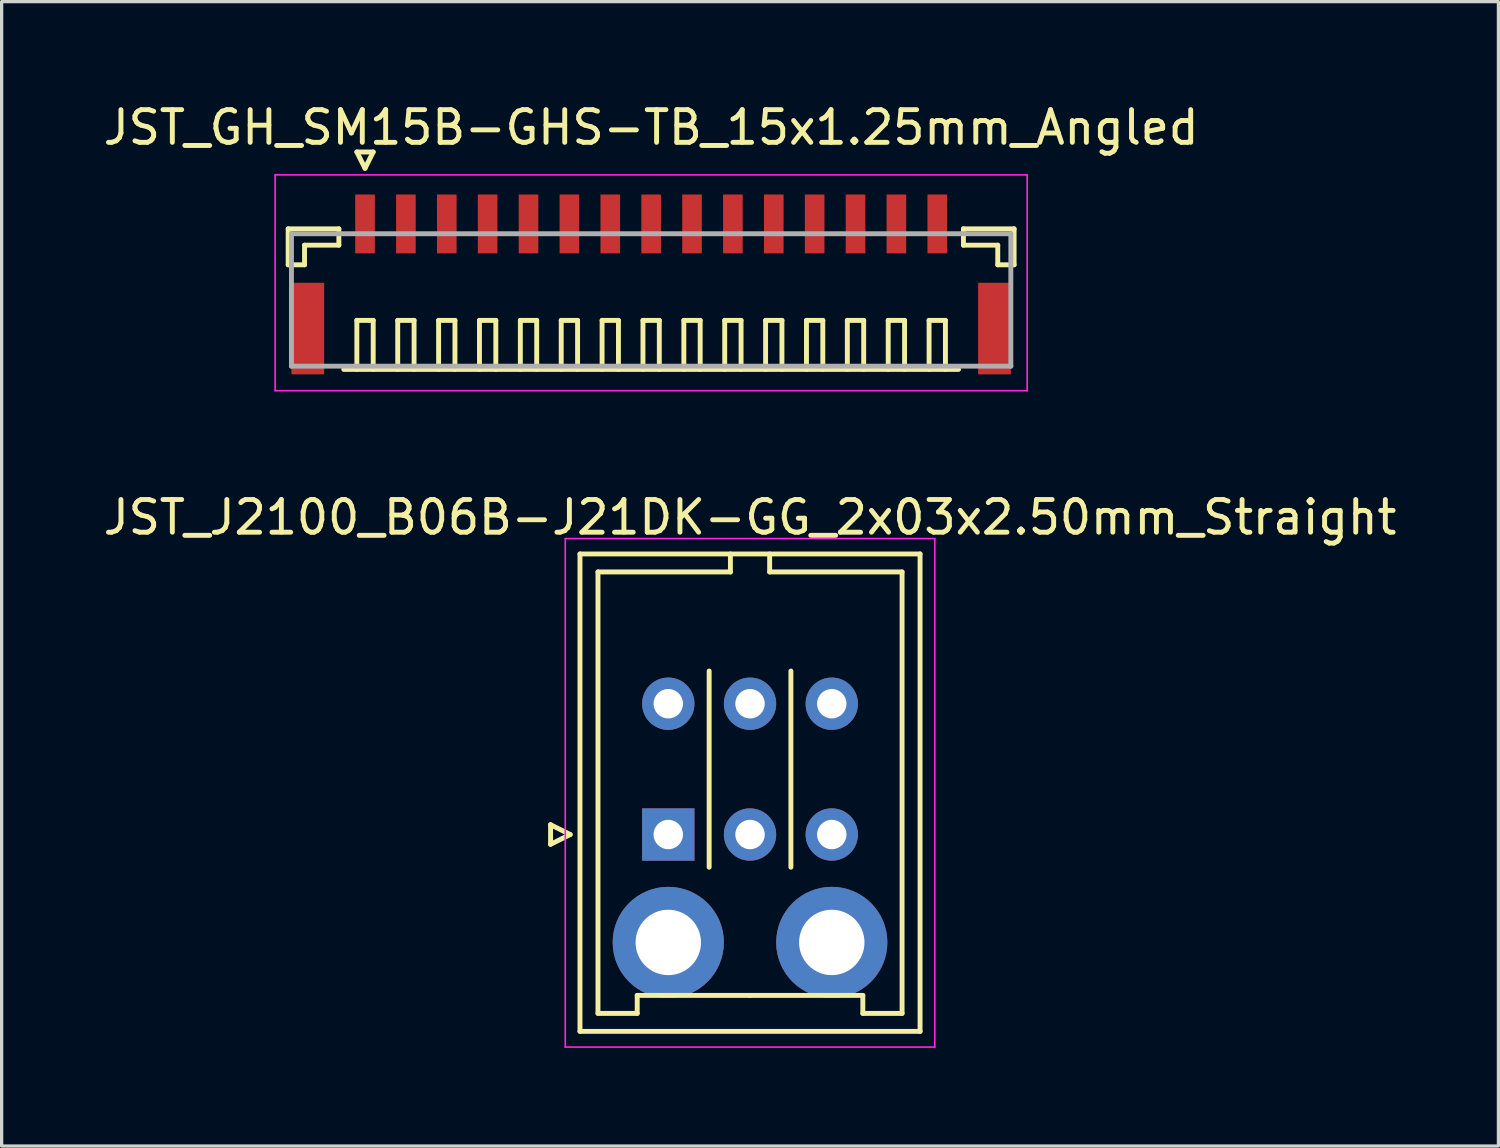
<source format=kicad_pcb>
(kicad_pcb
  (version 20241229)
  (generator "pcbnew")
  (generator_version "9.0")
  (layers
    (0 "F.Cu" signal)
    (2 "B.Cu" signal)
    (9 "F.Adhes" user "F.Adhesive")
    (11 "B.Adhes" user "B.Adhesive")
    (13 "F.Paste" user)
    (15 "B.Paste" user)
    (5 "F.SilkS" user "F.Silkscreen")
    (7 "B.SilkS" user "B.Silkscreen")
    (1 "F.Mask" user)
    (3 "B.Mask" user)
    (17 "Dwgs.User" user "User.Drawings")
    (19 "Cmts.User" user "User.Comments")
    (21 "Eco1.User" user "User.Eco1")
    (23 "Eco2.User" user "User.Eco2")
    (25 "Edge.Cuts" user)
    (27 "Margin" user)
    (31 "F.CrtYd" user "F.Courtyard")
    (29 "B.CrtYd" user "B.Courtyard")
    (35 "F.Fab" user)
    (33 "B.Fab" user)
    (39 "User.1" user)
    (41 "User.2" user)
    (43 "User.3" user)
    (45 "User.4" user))
  (footprint "JST_GH_SM15B-GHS-TB_15x1.25mm_Angled"
    (layer "F.Cu")
    (at 16.863 5.398)
    (property "Reference" "JST_GH_SM15B-GHS-TB_15x1.25mm_Angled" (at 0 -4.55 0) (layer "F.SilkS") (effects (font (size 1 1) (thickness 0.15))))
    (attr smd)
    (fp_line (start -11.1 -1.45) (end -9.55 -1.45) (stroke (width 0.15) (type solid)) (layer "F.SilkS"))
    (fp_line (start -11.1 -0.35) (end -11.1 -1.45) (stroke (width 0.15) (type solid)) (layer "F.SilkS"))
    (fp_line (start -10.6 -0.95) (end -10.6 -0.35) (stroke (width 0.15) (type solid)) (layer "F.SilkS"))
    (fp_line (start -10.6 -0.35) (end -11.1 -0.35) (stroke (width 0.15) (type solid)) (layer "F.SilkS"))
    (fp_line (start -9.55 -1.45) (end -9.55 -0.95) (stroke (width 0.15) (type solid)) (layer "F.SilkS"))
    (fp_line (start -9.55 -0.95) (end -10.6 -0.95) (stroke (width 0.15) (type solid)) (layer "F.SilkS"))
    (fp_line (start -9.4 2.85) (end 9.4 2.85) (stroke (width 0.15) (type solid)) (layer "F.SilkS"))
    (fp_line (start -9 -3.8) (end -8.5 -3.8) (stroke (width 0.15) (type solid)) (layer "F.SilkS"))
    (fp_line (start -9 1.35) (end -8.5 1.35) (stroke (width 0.15) (type solid)) (layer "F.SilkS"))
    (fp_line (start -9 2.85) (end -9 1.35) (stroke (width 0.15) (type solid)) (layer "F.SilkS"))
    (fp_line (start -8.75 -3.3) (end -9 -3.8) (stroke (width 0.15) (type solid)) (layer "F.SilkS"))
    (fp_line (start -8.5 -3.8) (end -8.75 -3.3) (stroke (width 0.15) (type solid)) (layer "F.SilkS"))
    (fp_line (start -8.5 1.35) (end -8.5 2.85) (stroke (width 0.15) (type solid)) (layer "F.SilkS"))
    (fp_line (start -7.75 1.35) (end -7.25 1.35) (stroke (width 0.15) (type solid)) (layer "F.SilkS"))
    (fp_line (start -7.75 2.85) (end -7.75 1.35) (stroke (width 0.15) (type solid)) (layer "F.SilkS"))
    (fp_line (start -7.25 1.35) (end -7.25 2.85) (stroke (width 0.15) (type solid)) (layer "F.SilkS"))
    (fp_line (start -6.5 1.35) (end -6 1.35) (stroke (width 0.15) (type solid)) (layer "F.SilkS"))
    (fp_line (start -6.5 2.85) (end -6.5 1.35) (stroke (width 0.15) (type solid)) (layer "F.SilkS"))
    (fp_line (start -6 1.35) (end -6 2.85) (stroke (width 0.15) (type solid)) (layer "F.SilkS"))
    (fp_line (start -5.25 1.35) (end -4.75 1.35) (stroke (width 0.15) (type solid)) (layer "F.SilkS"))
    (fp_line (start -5.25 2.85) (end -5.25 1.35) (stroke (width 0.15) (type solid)) (layer "F.SilkS"))
    (fp_line (start -4.75 1.35) (end -4.75 2.85) (stroke (width 0.15) (type solid)) (layer "F.SilkS"))
    (fp_line (start -4 1.35) (end -3.5 1.35) (stroke (width 0.15) (type solid)) (layer "F.SilkS"))
    (fp_line (start -4 2.85) (end -4 1.35) (stroke (width 0.15) (type solid)) (layer "F.SilkS"))
    (fp_line (start -3.5 1.35) (end -3.5 2.85) (stroke (width 0.15) (type solid)) (layer "F.SilkS"))
    (fp_line (start -2.75 1.35) (end -2.25 1.35) (stroke (width 0.15) (type solid)) (layer "F.SilkS"))
    (fp_line (start -2.75 2.85) (end -2.75 1.35) (stroke (width 0.15) (type solid)) (layer "F.SilkS"))
    (fp_line (start -2.25 1.35) (end -2.25 2.85) (stroke (width 0.15) (type solid)) (layer "F.SilkS"))
    (fp_line (start -1.5 1.35) (end -1 1.35) (stroke (width 0.15) (type solid)) (layer "F.SilkS"))
    (fp_line (start -1.5 2.85) (end -1.5 1.35) (stroke (width 0.15) (type solid)) (layer "F.SilkS"))
    (fp_line (start -1 1.35) (end -1 2.85) (stroke (width 0.15) (type solid)) (layer "F.SilkS"))
    (fp_line (start -0.25 1.35) (end 0.25 1.35) (stroke (width 0.15) (type solid)) (layer "F.SilkS"))
    (fp_line (start -0.25 2.85) (end -0.25 1.35) (stroke (width 0.15) (type solid)) (layer "F.SilkS"))
    (fp_line (start 0.25 1.35) (end 0.25 2.85) (stroke (width 0.15) (type solid)) (layer "F.SilkS"))
    (fp_line (start 1 1.35) (end 1.5 1.35) (stroke (width 0.15) (type solid)) (layer "F.SilkS"))
    (fp_line (start 1 2.85) (end 1 1.35) (stroke (width 0.15) (type solid)) (layer "F.SilkS"))
    (fp_line (start 1.5 1.35) (end 1.5 2.85) (stroke (width 0.15) (type solid)) (layer "F.SilkS"))
    (fp_line (start 2.25 1.35) (end 2.75 1.35) (stroke (width 0.15) (type solid)) (layer "F.SilkS"))
    (fp_line (start 2.25 2.85) (end 2.25 1.35) (stroke (width 0.15) (type solid)) (layer "F.SilkS"))
    (fp_line (start 2.75 1.35) (end 2.75 2.85) (stroke (width 0.15) (type solid)) (layer "F.SilkS"))
    (fp_line (start 3.5 1.35) (end 4 1.35) (stroke (width 0.15) (type solid)) (layer "F.SilkS"))
    (fp_line (start 3.5 2.85) (end 3.5 1.35) (stroke (width 0.15) (type solid)) (layer "F.SilkS"))
    (fp_line (start 4 1.35) (end 4 2.85) (stroke (width 0.15) (type solid)) (layer "F.SilkS"))
    (fp_line (start 4.75 1.35) (end 5.25 1.35) (stroke (width 0.15) (type solid)) (layer "F.SilkS"))
    (fp_line (start 4.75 2.85) (end 4.75 1.35) (stroke (width 0.15) (type solid)) (layer "F.SilkS"))
    (fp_line (start 5.25 1.35) (end 5.25 2.85) (stroke (width 0.15) (type solid)) (layer "F.SilkS"))
    (fp_line (start 6 1.35) (end 6.5 1.35) (stroke (width 0.15) (type solid)) (layer "F.SilkS"))
    (fp_line (start 6 2.85) (end 6 1.35) (stroke (width 0.15) (type solid)) (layer "F.SilkS"))
    (fp_line (start 6.5 1.35) (end 6.5 2.85) (stroke (width 0.15) (type solid)) (layer "F.SilkS"))
    (fp_line (start 7.25 1.35) (end 7.75 1.35) (stroke (width 0.15) (type solid)) (layer "F.SilkS"))
    (fp_line (start 7.25 2.85) (end 7.25 1.35) (stroke (width 0.15) (type solid)) (layer "F.SilkS"))
    (fp_line (start 7.75 1.35) (end 7.75 2.85) (stroke (width 0.15) (type solid)) (layer "F.SilkS"))
    (fp_line (start 8.5 1.35) (end 9 1.35) (stroke (width 0.15) (type solid)) (layer "F.SilkS"))
    (fp_line (start 8.5 2.85) (end 8.5 1.35) (stroke (width 0.15) (type solid)) (layer "F.SilkS"))
    (fp_line (start 9 1.35) (end 9 2.85) (stroke (width 0.15) (type solid)) (layer "F.SilkS"))
    (fp_line (start 9.55 -1.45) (end 9.55 -0.95) (stroke (width 0.15) (type solid)) (layer "F.SilkS"))
    (fp_line (start 9.55 -0.95) (end 10.6 -0.95) (stroke (width 0.15) (type solid)) (layer "F.SilkS"))
    (fp_line (start 10.6 -0.95) (end 10.6 -0.35) (stroke (width 0.15) (type solid)) (layer "F.SilkS"))
    (fp_line (start 10.6 -0.35) (end 11.1 -0.35) (stroke (width 0.15) (type solid)) (layer "F.SilkS"))
    (fp_line (start 11.1 -1.45) (end 9.55 -1.45) (stroke (width 0.15) (type solid)) (layer "F.SilkS"))
    (fp_line (start 11.1 -0.35) (end 11.1 -1.45) (stroke (width 0.15) (type solid)) (layer "F.SilkS"))
    (fp_line (start -11.5 -3.1) (end -11.5 3.5) (stroke (width 0.05) (type solid)) (layer "F.CrtYd"))
    (fp_line (start -11.5 3.5) (end 11.5 3.5) (stroke (width 0.05) (type solid)) (layer "F.CrtYd"))
    (fp_line (start 11.5 -3.1) (end -11.5 -3.1) (stroke (width 0.05) (type solid)) (layer "F.CrtYd"))
    (fp_line (start 11.5 3.5) (end 11.5 -3.1) (stroke (width 0.05) (type solid)) (layer "F.CrtYd"))
    (fp_line (start -11 -1.3) (end -11 2.75) (stroke (width 0.15) (type solid)) (layer "F.Fab"))
    (fp_line (start -11 2.75) (end 11 2.75) (stroke (width 0.15) (type solid)) (layer "F.Fab"))
    (fp_line (start 11 -1.3) (end -11 -1.3) (stroke (width 0.15) (type solid)) (layer "F.Fab"))
    (fp_line (start 11 2.75) (end 11 -1.3) (stroke (width 0.15) (type solid)) (layer "F.Fab"))
    (pad "" smd rect (at -10.5 1.6) (size 1 2.8) (layers "F.Cu" "F.Mask" "F.Paste"))
    (pad "" smd rect (at 10.5 1.6) (size 1 2.8) (layers "F.Cu" "F.Mask" "F.Paste"))
    (pad "1" smd rect (at -8.75 -1.6) (size 0.6 1.8) (layers "F.Cu" "F.Mask" "F.Paste"))
    (pad "2" smd rect (at -7.5 -1.6) (size 0.6 1.8) (layers "F.Cu" "F.Mask" "F.Paste"))
    (pad "3" smd rect (at -6.25 -1.6) (size 0.6 1.8) (layers "F.Cu" "F.Mask" "F.Paste"))
    (pad "4" smd rect (at -5 -1.6) (size 0.6 1.8) (layers "F.Cu" "F.Mask" "F.Paste"))
    (pad "5" smd rect (at -3.75 -1.6) (size 0.6 1.8) (layers "F.Cu" "F.Mask" "F.Paste"))
    (pad "6" smd rect (at -2.5 -1.6) (size 0.6 1.8) (layers "F.Cu" "F.Mask" "F.Paste"))
    (pad "7" smd rect (at -1.25 -1.6) (size 0.6 1.8) (layers "F.Cu" "F.Mask" "F.Paste"))
    (pad "8" smd rect (at 0 -1.6) (size 0.6 1.8) (layers "F.Cu" "F.Mask" "F.Paste"))
    (pad "9" smd rect (at 1.25 -1.6) (size 0.6 1.8) (layers "F.Cu" "F.Mask" "F.Paste"))
    (pad "10" smd rect (at 2.5 -1.6) (size 0.6 1.8) (layers "F.Cu" "F.Mask" "F.Paste"))
    (pad "11" smd rect (at 3.75 -1.6) (size 0.6 1.8) (layers "F.Cu" "F.Mask" "F.Paste"))
    (pad "12" smd rect (at 5 -1.6) (size 0.6 1.8) (layers "F.Cu" "F.Mask" "F.Paste"))
    (pad "13" smd rect (at 6.25 -1.6) (size 0.6 1.8) (layers "F.Cu" "F.Mask" "F.Paste"))
    (pad "14" smd rect (at 7.5 -1.6) (size 0.6 1.8) (layers "F.Cu" "F.Mask" "F.Paste"))
    (pad "15" smd rect (at 8.75 -1.6) (size 0.6 1.8) (layers "F.Cu" "F.Mask" "F.Paste")))
  (footprint "JST_J2100_B06B-J21DK-GG_2x03x2.50mm_Straight"
    (layer "F.Cu")
    (at 17.387 22.471)
    (property "Reference" "JST_J2100_B06B-J21DK-GG_2x03x2.50mm_Straight" (at 2.5 -9.7 0) (layer "F.SilkS") (effects (font (size 1 1) (thickness 0.15))))
    (attr through_hole)
    (fp_line (start -3.6 -0.3) (end -3 0) (stroke (width 0.15) (type solid)) (layer "F.SilkS"))
    (fp_line (start -3.6 0.3) (end -3.6 -0.3) (stroke (width 0.15) (type solid)) (layer "F.SilkS"))
    (fp_line (start -3 0) (end -3.6 0.3) (stroke (width 0.15) (type solid)) (layer "F.SilkS"))
    (fp_line (start -2.7 -8.58) (end -2.7 6.02) (stroke (width 0.15) (type solid)) (layer "F.SilkS"))
    (fp_line (start -2.7 6.02) (end 7.7 6.02) (stroke (width 0.15) (type solid)) (layer "F.SilkS"))
    (fp_line (start -2.15 -8.03) (end -2.15 5.47) (stroke (width 0.15) (type solid)) (layer "F.SilkS"))
    (fp_line (start -2.15 5.47) (end -0.95 5.47) (stroke (width 0.15) (type solid)) (layer "F.SilkS"))
    (fp_line (start -0.95 4.92) (end 2.5 4.92) (stroke (width 0.15) (type solid)) (layer "F.SilkS"))
    (fp_line (start -0.95 5.47) (end -0.95 4.92) (stroke (width 0.15) (type solid)) (layer "F.SilkS"))
    (fp_line (start 1.25 1) (end 1.25 -5) (stroke (width 0.15) (type solid)) (layer "F.SilkS"))
    (fp_line (start 1.9 -8.58) (end 1.9 -8.03) (stroke (width 0.15) (type solid)) (layer "F.SilkS"))
    (fp_line (start 1.9 -8.03) (end -2.15 -8.03) (stroke (width 0.15) (type solid)) (layer "F.SilkS"))
    (fp_line (start 3.1 -8.58) (end 3.1 -8.03) (stroke (width 0.15) (type solid)) (layer "F.SilkS"))
    (fp_line (start 3.1 -8.03) (end 7.15 -8.03) (stroke (width 0.15) (type solid)) (layer "F.SilkS"))
    (fp_line (start 3.75 1) (end 3.75 -5) (stroke (width 0.15) (type solid)) (layer "F.SilkS"))
    (fp_line (start 5.95 4.92) (end 2.5 4.92) (stroke (width 0.15) (type solid)) (layer "F.SilkS"))
    (fp_line (start 5.95 5.47) (end 5.95 4.92) (stroke (width 0.15) (type solid)) (layer "F.SilkS"))
    (fp_line (start 7.15 -8.03) (end 7.15 5.47) (stroke (width 0.15) (type solid)) (layer "F.SilkS"))
    (fp_line (start 7.15 5.47) (end 5.95 5.47) (stroke (width 0.15) (type solid)) (layer "F.SilkS"))
    (fp_line (start 7.7 -8.58) (end -2.7 -8.58) (stroke (width 0.15) (type solid)) (layer "F.SilkS"))
    (fp_line (start 7.7 6.02) (end 7.7 -8.58) (stroke (width 0.15) (type solid)) (layer "F.SilkS"))
    (fp_line (start -3.15 -9.05) (end -3.15 6.5) (stroke (width 0.05) (type solid)) (layer "F.CrtYd"))
    (fp_line (start -3.15 6.5) (end 8.15 6.5) (stroke (width 0.05) (type solid)) (layer "F.CrtYd"))
    (fp_line (start 8.15 -9.05) (end -3.15 -9.05) (stroke (width 0.05) (type solid)) (layer "F.CrtYd"))
    (fp_line (start 8.15 6.5) (end 8.15 -9.05) (stroke (width 0.05) (type solid)) (layer "F.CrtYd"))
    (pad "" thru_hole circle (at 0 3.3) (size 3.4 3.4) (drill 2) (layers "*.Cu" "*.Mask"))
    (pad "" thru_hole circle (at 5 3.3) (size 3.4 3.4) (drill 2) (layers "*.Cu" "*.Mask"))
    (pad "1" thru_hole rect (at 0 0) (size 1.6 1.6) (drill 0.9) (layers "*.Cu" "*.Mask"))
    (pad "2" thru_hole circle (at 0 -4) (size 1.6 1.6) (drill 0.9) (layers "*.Cu" "*.Mask"))
    (pad "3" thru_hole circle (at 2.5 0) (size 1.6 1.6) (drill 0.9) (layers "*.Cu" "*.Mask"))
    (pad "4" thru_hole circle (at 2.5 -4) (size 1.6 1.6) (drill 0.9) (layers "*.Cu" "*.Mask"))
    (pad "5" thru_hole circle (at 5 0) (size 1.6 1.6) (drill 0.9) (layers "*.Cu" "*.Mask"))
    (pad "6" thru_hole circle (at 5 -4) (size 1.6 1.6) (drill 0.9) (layers "*.Cu" "*.Mask")))
  (gr_rect
    (start -3 -3)
    (end 42.774 31.997)
    (stroke (width 0.1) (type default))
    (fill no)
    (layer "Edge.Cuts")))
</source>
